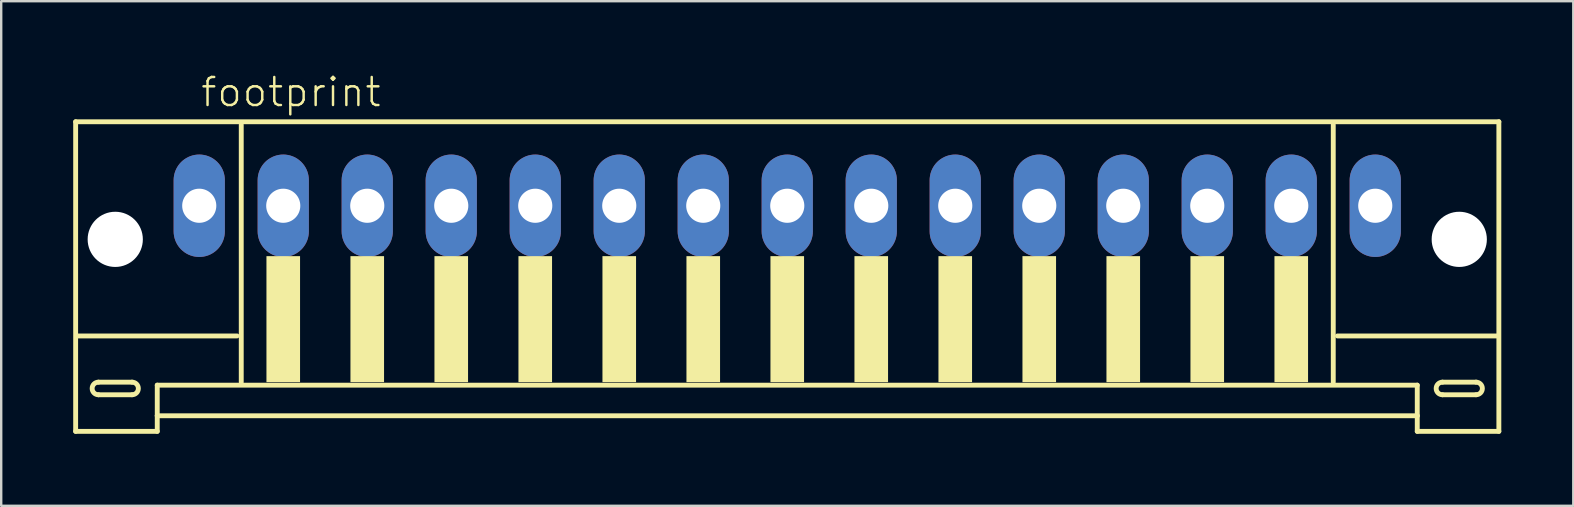
<source format=kicad_pcb>
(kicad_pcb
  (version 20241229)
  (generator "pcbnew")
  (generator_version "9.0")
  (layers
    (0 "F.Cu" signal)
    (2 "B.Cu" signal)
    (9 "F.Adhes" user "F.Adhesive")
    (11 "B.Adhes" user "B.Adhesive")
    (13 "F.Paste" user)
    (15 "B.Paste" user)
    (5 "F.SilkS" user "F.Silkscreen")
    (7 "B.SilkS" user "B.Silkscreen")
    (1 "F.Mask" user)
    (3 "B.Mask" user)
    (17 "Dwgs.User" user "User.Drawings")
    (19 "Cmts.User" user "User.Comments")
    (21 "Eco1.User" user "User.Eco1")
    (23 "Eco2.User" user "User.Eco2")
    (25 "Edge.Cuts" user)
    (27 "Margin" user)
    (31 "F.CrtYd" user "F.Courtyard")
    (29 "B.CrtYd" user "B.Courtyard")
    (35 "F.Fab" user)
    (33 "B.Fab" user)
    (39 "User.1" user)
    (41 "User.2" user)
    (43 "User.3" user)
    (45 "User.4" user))
  (footprint "footprint"
    (layer "F.Cu")
    (at 29.752 7.273)
    (property "Reference" "footprint" (at -24.5 -5.8 0) (layer "F.SilkS") (effects (font (size 1.168 1.168) (thickness 0.102)) (justify left bottom)))
    (fp_line (start -29.65 -5.25) (end -29.65 7.65) (stroke (width 0.203) (type solid)) (layer "F.SilkS"))
    (fp_line (start -29.65 7.65) (end -26.25 7.65) (stroke (width 0.203) (type solid)) (layer "F.SilkS"))
    (fp_line (start -28.7 5.6) (end -27.3 5.6) (stroke (width 0.203) (type solid)) (layer "F.SilkS"))
    (fp_line (start -27.3 6.125) (end -28.7 6.125) (stroke (width 0.203) (type solid)) (layer "F.SilkS"))
    (fp_line (start -26.25 5.725) (end 26.25 5.725) (stroke (width 0.203) (type solid)) (layer "F.SilkS"))
    (fp_line (start -26.25 7) (end -26.25 5.725) (stroke (width 0.203) (type solid)) (layer "F.SilkS"))
    (fp_line (start -26.25 7) (end 26.25 7) (stroke (width 0.203) (type solid)) (layer "F.SilkS"))
    (fp_line (start -26.25 7.65) (end -26.25 7) (stroke (width 0.203) (type solid)) (layer "F.SilkS"))
    (fp_line (start -22.925 3.675) (end -29.575 3.675) (stroke (width 0.203) (type solid)) (layer "F.SilkS"))
    (fp_line (start -22.75 -5.125) (end -22.75 5.6) (stroke (width 0.203) (type solid)) (layer "F.SilkS"))
    (fp_line (start 22.75 5.6) (end 22.75 -5.125) (stroke (width 0.203) (type solid)) (layer "F.SilkS"))
    (fp_line (start 26.25 5.725) (end 26.25 7) (stroke (width 0.203) (type solid)) (layer "F.SilkS"))
    (fp_line (start 26.25 7) (end 26.25 7.65) (stroke (width 0.203) (type solid)) (layer "F.SilkS"))
    (fp_line (start 26.25 7.65) (end 29.65 7.65) (stroke (width 0.203) (type solid)) (layer "F.SilkS"))
    (fp_line (start 27.3 5.6) (end 28.7 5.6) (stroke (width 0.203) (type solid)) (layer "F.SilkS"))
    (fp_line (start 28.7 6.125) (end 27.3 6.125) (stroke (width 0.203) (type solid)) (layer "F.SilkS"))
    (fp_line (start 29.575 3.675) (end 22.925 3.675) (stroke (width 0.203) (type solid)) (layer "F.SilkS"))
    (fp_line (start 29.65 -5.25) (end -29.65 -5.25) (stroke (width 0.203) (type solid)) (layer "F.SilkS"))
    (fp_line (start 29.65 7.65) (end 29.65 -5.25) (stroke (width 0.203) (type solid)) (layer "F.SilkS"))
    (fp_arc (start -28.7 6.125) (mid -28.9625 5.8625) (end -28.7 5.6) (stroke (width 0.2032) (type solid)) (layer "F.SilkS"))
    (fp_arc (start -27.3 5.6) (mid -27.0375 5.8625) (end -27.3 6.125) (stroke (width 0.2032) (type solid)) (layer "F.SilkS"))
    (fp_arc (start 27.3 6.125) (mid 27.0375 5.8625) (end 27.3 5.6) (stroke (width 0.2032) (type solid)) (layer "F.SilkS"))
    (fp_arc (start 28.7 5.6) (mid 28.9625 5.8625) (end 28.7 6.125) (stroke (width 0.2032) (type solid)) (layer "F.SilkS"))
    (fp_poly (pts (xy -21.7 5.6) (xy -20.3 5.6) (xy -20.3 0.35) (xy -21.7 0.35)) (stroke (width 0) (type solid)) (fill yes) (layer "F.SilkS"))
    (fp_poly (pts (xy -18.2 5.6) (xy -16.8 5.6) (xy -16.8 0.35) (xy -18.2 0.35)) (stroke (width 0) (type solid)) (fill yes) (layer "F.SilkS"))
    (fp_poly (pts (xy -14.7 5.6) (xy -13.3 5.6) (xy -13.3 0.35) (xy -14.7 0.35)) (stroke (width 0) (type solid)) (fill yes) (layer "F.SilkS"))
    (fp_poly (pts (xy -11.2 5.6) (xy -9.8 5.6) (xy -9.8 0.35) (xy -11.2 0.35)) (stroke (width 0) (type solid)) (fill yes) (layer "F.SilkS"))
    (fp_poly (pts (xy -7.7 5.6) (xy -6.3 5.6) (xy -6.3 0.35) (xy -7.7 0.35)) (stroke (width 0) (type solid)) (fill yes) (layer "F.SilkS"))
    (fp_poly (pts (xy -4.2 5.6) (xy -2.8 5.6) (xy -2.8 0.35) (xy -4.2 0.35)) (stroke (width 0) (type solid)) (fill yes) (layer "F.SilkS"))
    (fp_poly (pts (xy -0.7 5.6) (xy 0.7 5.6) (xy 0.7 0.35) (xy -0.7 0.35)) (stroke (width 0) (type solid)) (fill yes) (layer "F.SilkS"))
    (fp_poly (pts (xy 2.8 5.6) (xy 4.2 5.6) (xy 4.2 0.35) (xy 2.8 0.35)) (stroke (width 0) (type solid)) (fill yes) (layer "F.SilkS"))
    (fp_poly (pts (xy 6.3 5.6) (xy 7.7 5.6) (xy 7.7 0.35) (xy 6.3 0.35)) (stroke (width 0) (type solid)) (fill yes) (layer "F.SilkS"))
    (fp_poly (pts (xy 9.8 5.6) (xy 11.2 5.6) (xy 11.2 0.35) (xy 9.8 0.35)) (stroke (width 0) (type solid)) (fill yes) (layer "F.SilkS"))
    (fp_poly (pts (xy 13.3 5.6) (xy 14.7 5.6) (xy 14.7 0.35) (xy 13.3 0.35)) (stroke (width 0) (type solid)) (fill yes) (layer "F.SilkS"))
    (fp_poly (pts (xy 16.8 5.6) (xy 18.2 5.6) (xy 18.2 0.35) (xy 16.8 0.35)) (stroke (width 0) (type solid)) (fill yes) (layer "F.SilkS"))
    (fp_poly (pts (xy 20.3 5.6) (xy 21.7 5.6) (xy 21.7 0.35) (xy 20.3 0.35)) (stroke (width 0) (type solid)) (fill yes) (layer "F.SilkS"))
    (pad "" np_thru_hole circle (at -28 -0.35) (size 2.3 2.3) (drill 2.3) (layers "*.Cu" "*.Mask"))
    (pad "" np_thru_hole circle (at 28 -0.35) (size 2.3 2.3) (drill 2.3) (layers "*.Cu" "*.Mask"))
    (pad "1" thru_hole oval (at -24.5 -1.75 90) (size 4.267 2.134) (drill 1.422) (layers "*.Cu" "*.Mask"))
    (pad "2" thru_hole oval (at -21 -1.75 90) (size 4.267 2.134) (drill 1.422) (layers "*.Cu" "*.Mask"))
    (pad "3" thru_hole oval (at -17.5 -1.75 90) (size 4.267 2.134) (drill 1.422) (layers "*.Cu" "*.Mask"))
    (pad "4" thru_hole oval (at -14 -1.75 90) (size 4.267 2.134) (drill 1.422) (layers "*.Cu" "*.Mask"))
    (pad "5" thru_hole oval (at -10.5 -1.75 90) (size 4.267 2.134) (drill 1.422) (layers "*.Cu" "*.Mask"))
    (pad "6" thru_hole oval (at -7 -1.75 90) (size 4.267 2.134) (drill 1.422) (layers "*.Cu" "*.Mask"))
    (pad "7" thru_hole oval (at -3.5 -1.75 90) (size 4.267 2.134) (drill 1.422) (layers "*.Cu" "*.Mask"))
    (pad "8" thru_hole oval (at 0 -1.75 90) (size 4.267 2.134) (drill 1.422) (layers "*.Cu" "*.Mask"))
    (pad "9" thru_hole oval (at 3.5 -1.75 90) (size 4.267 2.134) (drill 1.422) (layers "*.Cu" "*.Mask"))
    (pad "10" thru_hole oval (at 7 -1.75 90) (size 4.267 2.134) (drill 1.422) (layers "*.Cu" "*.Mask"))
    (pad "11" thru_hole oval (at 10.5 -1.75 90) (size 4.267 2.134) (drill 1.422) (layers "*.Cu" "*.Mask"))
    (pad "12" thru_hole oval (at 14 -1.75 90) (size 4.267 2.134) (drill 1.422) (layers "*.Cu" "*.Mask"))
    (pad "13" thru_hole oval (at 17.5 -1.75 90) (size 4.267 2.134) (drill 1.422) (layers "*.Cu" "*.Mask"))
    (pad "14" thru_hole oval (at 21 -1.75 90) (size 4.267 2.134) (drill 1.422) (layers "*.Cu" "*.Mask"))
    (pad "15" thru_hole oval (at 24.5 -1.75 90) (size 4.267 2.134) (drill 1.422) (layers "*.Cu" "*.Mask")))
  (gr_rect
    (start -3 -3)
    (end 62.503 18.025)
    (stroke (width 0.1) (type default))
    (fill no)
    (layer "Edge.Cuts")))
</source>
